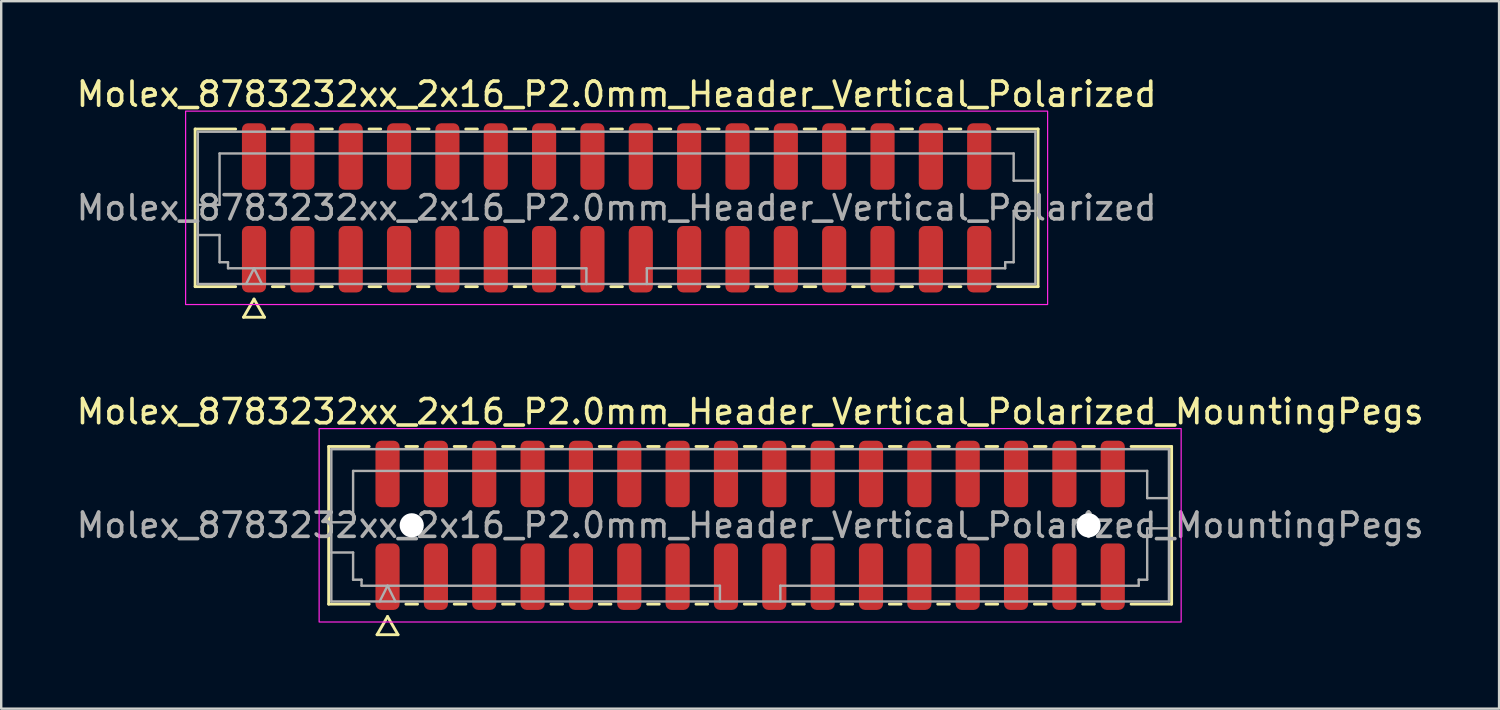
<source format=kicad_pcb>
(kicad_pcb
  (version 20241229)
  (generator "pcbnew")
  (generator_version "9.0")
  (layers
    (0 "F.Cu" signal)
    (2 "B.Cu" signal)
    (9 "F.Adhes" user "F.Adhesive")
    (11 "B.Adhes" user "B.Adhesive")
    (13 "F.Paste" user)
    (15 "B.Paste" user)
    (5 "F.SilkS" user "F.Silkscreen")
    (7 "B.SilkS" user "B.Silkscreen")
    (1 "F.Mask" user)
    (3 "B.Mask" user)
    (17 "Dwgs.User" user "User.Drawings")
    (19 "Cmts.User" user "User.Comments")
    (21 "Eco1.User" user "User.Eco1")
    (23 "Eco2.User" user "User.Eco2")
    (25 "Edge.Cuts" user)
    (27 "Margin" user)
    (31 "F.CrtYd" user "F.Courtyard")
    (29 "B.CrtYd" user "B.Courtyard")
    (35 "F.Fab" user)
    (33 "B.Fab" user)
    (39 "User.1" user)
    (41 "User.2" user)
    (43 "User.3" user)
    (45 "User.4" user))
  (footprint "Molex_8783232xx_2x16_P2.0mm_Header_Vertical_Polarized"
    (layer "F.Cu")
    (at 22.458 5.548)
    (property "Reference" "Molex_8783232xx_2x16_P2.0mm_Header_Vertical_Polarized" (at 0 -4.7 0) (layer "F.SilkS") (effects (font (size 1 1) (thickness 0.15))))
    (attr smd)
    (fp_line (start -17.435 -3.26) (end -15.76 -3.26) (stroke (width 0.12) (type solid)) (layer "F.SilkS"))
    (fp_line (start -17.435 3.26) (end -17.435 -3.26) (stroke (width 0.12) (type solid)) (layer "F.SilkS"))
    (fp_line (start -15.76 3.26) (end -17.435 3.26) (stroke (width 0.12) (type solid)) (layer "F.SilkS"))
    (fp_line (start -15.433 4.525) (end -15 3.775) (stroke (width 0.12) (type solid)) (layer "F.SilkS"))
    (fp_line (start -15 3.775) (end -14.567 4.525) (stroke (width 0.12) (type solid)) (layer "F.SilkS"))
    (fp_line (start -14.567 4.525) (end -15.433 4.525) (stroke (width 0.12) (type solid)) (layer "F.SilkS"))
    (fp_line (start -14.24 -3.26) (end -13.76 -3.26) (stroke (width 0.12) (type solid)) (layer "F.SilkS"))
    (fp_line (start -13.76 3.26) (end -14.24 3.26) (stroke (width 0.12) (type solid)) (layer "F.SilkS"))
    (fp_line (start -12.24 -3.26) (end -11.76 -3.26) (stroke (width 0.12) (type solid)) (layer "F.SilkS"))
    (fp_line (start -11.76 3.26) (end -12.24 3.26) (stroke (width 0.12) (type solid)) (layer "F.SilkS"))
    (fp_line (start -10.24 -3.26) (end -9.76 -3.26) (stroke (width 0.12) (type solid)) (layer "F.SilkS"))
    (fp_line (start -9.76 3.26) (end -10.24 3.26) (stroke (width 0.12) (type solid)) (layer "F.SilkS"))
    (fp_line (start -8.24 -3.26) (end -7.76 -3.26) (stroke (width 0.12) (type solid)) (layer "F.SilkS"))
    (fp_line (start -7.76 3.26) (end -8.24 3.26) (stroke (width 0.12) (type solid)) (layer "F.SilkS"))
    (fp_line (start -6.24 -3.26) (end -5.76 -3.26) (stroke (width 0.12) (type solid)) (layer "F.SilkS"))
    (fp_line (start -5.76 3.26) (end -6.24 3.26) (stroke (width 0.12) (type solid)) (layer "F.SilkS"))
    (fp_line (start -4.24 -3.26) (end -3.76 -3.26) (stroke (width 0.12) (type solid)) (layer "F.SilkS"))
    (fp_line (start -3.76 3.26) (end -4.24 3.26) (stroke (width 0.12) (type solid)) (layer "F.SilkS"))
    (fp_line (start -2.24 -3.26) (end -1.76 -3.26) (stroke (width 0.12) (type solid)) (layer "F.SilkS"))
    (fp_line (start -1.76 3.26) (end -2.24 3.26) (stroke (width 0.12) (type solid)) (layer "F.SilkS"))
    (fp_line (start -0.24 -3.26) (end 0.24 -3.26) (stroke (width 0.12) (type solid)) (layer "F.SilkS"))
    (fp_line (start 0.24 3.26) (end -0.24 3.26) (stroke (width 0.12) (type solid)) (layer "F.SilkS"))
    (fp_line (start 1.76 -3.26) (end 2.24 -3.26) (stroke (width 0.12) (type solid)) (layer "F.SilkS"))
    (fp_line (start 2.24 3.26) (end 1.76 3.26) (stroke (width 0.12) (type solid)) (layer "F.SilkS"))
    (fp_line (start 3.76 -3.26) (end 4.24 -3.26) (stroke (width 0.12) (type solid)) (layer "F.SilkS"))
    (fp_line (start 4.24 3.26) (end 3.76 3.26) (stroke (width 0.12) (type solid)) (layer "F.SilkS"))
    (fp_line (start 5.76 -3.26) (end 6.24 -3.26) (stroke (width 0.12) (type solid)) (layer "F.SilkS"))
    (fp_line (start 6.24 3.26) (end 5.76 3.26) (stroke (width 0.12) (type solid)) (layer "F.SilkS"))
    (fp_line (start 7.76 -3.26) (end 8.24 -3.26) (stroke (width 0.12) (type solid)) (layer "F.SilkS"))
    (fp_line (start 8.24 3.26) (end 7.76 3.26) (stroke (width 0.12) (type solid)) (layer "F.SilkS"))
    (fp_line (start 9.76 -3.26) (end 10.24 -3.26) (stroke (width 0.12) (type solid)) (layer "F.SilkS"))
    (fp_line (start 10.24 3.26) (end 9.76 3.26) (stroke (width 0.12) (type solid)) (layer "F.SilkS"))
    (fp_line (start 11.76 -3.26) (end 12.24 -3.26) (stroke (width 0.12) (type solid)) (layer "F.SilkS"))
    (fp_line (start 12.24 3.26) (end 11.76 3.26) (stroke (width 0.12) (type solid)) (layer "F.SilkS"))
    (fp_line (start 13.76 -3.26) (end 14.24 -3.26) (stroke (width 0.12) (type solid)) (layer "F.SilkS"))
    (fp_line (start 14.24 3.26) (end 13.76 3.26) (stroke (width 0.12) (type solid)) (layer "F.SilkS"))
    (fp_line (start 15.76 -3.26) (end 17.435 -3.26) (stroke (width 0.12) (type solid)) (layer "F.SilkS"))
    (fp_line (start 17.435 -3.26) (end 17.435 3.26) (stroke (width 0.12) (type solid)) (layer "F.SilkS"))
    (fp_line (start 17.435 3.26) (end 15.76 3.26) (stroke (width 0.12) (type solid)) (layer "F.SilkS"))
    (fp_rect (start -17.83 -4) (end 17.83 4) (stroke (width 0.05) (type solid)) (fill no) (layer "F.CrtYd"))
    (fp_line (start -17.325 -3.15) (end 17.325 -3.15) (stroke (width 0.1) (type solid)) (layer "F.Fab"))
    (fp_line (start -17.325 -0.125) (end -16.425 -0.125) (stroke (width 0.1) (type solid)) (layer "F.Fab"))
    (fp_line (start -17.325 1.125) (end -16.425 1.125) (stroke (width 0.1) (type solid)) (layer "F.Fab"))
    (fp_line (start -17.325 3.15) (end -17.325 -3.15) (stroke (width 0.1) (type solid)) (layer "F.Fab"))
    (fp_line (start -16.425 -2.25) (end 16.425 -2.25) (stroke (width 0.1) (type solid)) (layer "F.Fab"))
    (fp_line (start -16.425 -0.125) (end -16.425 -2.25) (stroke (width 0.1) (type solid)) (layer "F.Fab"))
    (fp_line (start -16.425 1.125) (end -16.425 2.25) (stroke (width 0.1) (type solid)) (layer "F.Fab"))
    (fp_line (start -16.425 2.25) (end -16.075 2.25) (stroke (width 0.1) (type solid)) (layer "F.Fab"))
    (fp_line (start -16.075 2.25) (end -16.075 2.5) (stroke (width 0.1) (type solid)) (layer "F.Fab"))
    (fp_line (start -16.075 2.5) (end -1.25 2.5) (stroke (width 0.1) (type solid)) (layer "F.Fab"))
    (fp_line (start -15.325 3.15) (end -15 2.5) (stroke (width 0.1) (type solid)) (layer "F.Fab"))
    (fp_line (start -15 2.5) (end -14.675 3.15) (stroke (width 0.1) (type solid)) (layer "F.Fab"))
    (fp_line (start -1.25 2.5) (end -1.25 3.15) (stroke (width 0.1) (type solid)) (layer "F.Fab"))
    (fp_line (start 1.25 2.5) (end 1.25 3.15) (stroke (width 0.1) (type solid)) (layer "F.Fab"))
    (fp_line (start 1.25 2.5) (end 16.075 2.5) (stroke (width 0.1) (type solid)) (layer "F.Fab"))
    (fp_line (start 16.075 2.25) (end 16.425 2.25) (stroke (width 0.1) (type solid)) (layer "F.Fab"))
    (fp_line (start 16.075 2.5) (end 16.075 2.25) (stroke (width 0.1) (type solid)) (layer "F.Fab"))
    (fp_line (start 16.425 -2.25) (end 16.425 -1.125) (stroke (width 0.1) (type solid)) (layer "F.Fab"))
    (fp_line (start 16.425 -1.125) (end 17.325 -1.125) (stroke (width 0.1) (type solid)) (layer "F.Fab"))
    (fp_line (start 16.425 0.125) (end 17.325 0.125) (stroke (width 0.1) (type solid)) (layer "F.Fab"))
    (fp_line (start 16.425 2.25) (end 16.425 0.125) (stroke (width 0.1) (type solid)) (layer "F.Fab"))
    (fp_line (start 17.325 -3.15) (end 17.325 3.15) (stroke (width 0.1) (type solid)) (layer "F.Fab"))
    (fp_line (start 17.325 3.15) (end -17.325 3.15) (stroke (width 0.1) (type solid)) (layer "F.Fab"))
    (fp_text user "${REFERENCE}" (at 0 0 0) (layer "F.Fab") (effects (font (size 1 1) (thickness 0.15))))
    (pad "1" smd roundrect (at -15 2.125) (size 1 2.75) (layers "F.Cu" "F.Mask" "F.Paste") (roundrect_rratio 0.25))
    (pad "2" smd roundrect (at -15 -2.125) (size 1 2.75) (layers "F.Cu" "F.Mask" "F.Paste") (roundrect_rratio 0.25))
    (pad "3" smd roundrect (at -13 2.125) (size 1 2.75) (layers "F.Cu" "F.Mask" "F.Paste") (roundrect_rratio 0.25))
    (pad "4" smd roundrect (at -13 -2.125) (size 1 2.75) (layers "F.Cu" "F.Mask" "F.Paste") (roundrect_rratio 0.25))
    (pad "5" smd roundrect (at -11 2.125) (size 1 2.75) (layers "F.Cu" "F.Mask" "F.Paste") (roundrect_rratio 0.25))
    (pad "6" smd roundrect (at -11 -2.125) (size 1 2.75) (layers "F.Cu" "F.Mask" "F.Paste") (roundrect_rratio 0.25))
    (pad "7" smd roundrect (at -9 2.125) (size 1 2.75) (layers "F.Cu" "F.Mask" "F.Paste") (roundrect_rratio 0.25))
    (pad "8" smd roundrect (at -9 -2.125) (size 1 2.75) (layers "F.Cu" "F.Mask" "F.Paste") (roundrect_rratio 0.25))
    (pad "9" smd roundrect (at -7 2.125) (size 1 2.75) (layers "F.Cu" "F.Mask" "F.Paste") (roundrect_rratio 0.25))
    (pad "10" smd roundrect (at -7 -2.125) (size 1 2.75) (layers "F.Cu" "F.Mask" "F.Paste") (roundrect_rratio 0.25))
    (pad "11" smd roundrect (at -5 2.125) (size 1 2.75) (layers "F.Cu" "F.Mask" "F.Paste") (roundrect_rratio 0.25))
    (pad "12" smd roundrect (at -5 -2.125) (size 1 2.75) (layers "F.Cu" "F.Mask" "F.Paste") (roundrect_rratio 0.25))
    (pad "13" smd roundrect (at -3 2.125) (size 1 2.75) (layers "F.Cu" "F.Mask" "F.Paste") (roundrect_rratio 0.25))
    (pad "14" smd roundrect (at -3 -2.125) (size 1 2.75) (layers "F.Cu" "F.Mask" "F.Paste") (roundrect_rratio 0.25))
    (pad "15" smd roundrect (at -1 2.125) (size 1 2.75) (layers "F.Cu" "F.Mask" "F.Paste") (roundrect_rratio 0.25))
    (pad "16" smd roundrect (at -1 -2.125) (size 1 2.75) (layers "F.Cu" "F.Mask" "F.Paste") (roundrect_rratio 0.25))
    (pad "17" smd roundrect (at 1 2.125) (size 1 2.75) (layers "F.Cu" "F.Mask" "F.Paste") (roundrect_rratio 0.25))
    (pad "18" smd roundrect (at 1 -2.125) (size 1 2.75) (layers "F.Cu" "F.Mask" "F.Paste") (roundrect_rratio 0.25))
    (pad "19" smd roundrect (at 3 2.125) (size 1 2.75) (layers "F.Cu" "F.Mask" "F.Paste") (roundrect_rratio 0.25))
    (pad "20" smd roundrect (at 3 -2.125) (size 1 2.75) (layers "F.Cu" "F.Mask" "F.Paste") (roundrect_rratio 0.25))
    (pad "21" smd roundrect (at 5 2.125) (size 1 2.75) (layers "F.Cu" "F.Mask" "F.Paste") (roundrect_rratio 0.25))
    (pad "22" smd roundrect (at 5 -2.125) (size 1 2.75) (layers "F.Cu" "F.Mask" "F.Paste") (roundrect_rratio 0.25))
    (pad "23" smd roundrect (at 7 2.125) (size 1 2.75) (layers "F.Cu" "F.Mask" "F.Paste") (roundrect_rratio 0.25))
    (pad "24" smd roundrect (at 7 -2.125) (size 1 2.75) (layers "F.Cu" "F.Mask" "F.Paste") (roundrect_rratio 0.25))
    (pad "25" smd roundrect (at 9 2.125) (size 1 2.75) (layers "F.Cu" "F.Mask" "F.Paste") (roundrect_rratio 0.25))
    (pad "26" smd roundrect (at 9 -2.125) (size 1 2.75) (layers "F.Cu" "F.Mask" "F.Paste") (roundrect_rratio 0.25))
    (pad "27" smd roundrect (at 11 2.125) (size 1 2.75) (layers "F.Cu" "F.Mask" "F.Paste") (roundrect_rratio 0.25))
    (pad "28" smd roundrect (at 11 -2.125) (size 1 2.75) (layers "F.Cu" "F.Mask" "F.Paste") (roundrect_rratio 0.25))
    (pad "29" smd roundrect (at 13 2.125) (size 1 2.75) (layers "F.Cu" "F.Mask" "F.Paste") (roundrect_rratio 0.25))
    (pad "30" smd roundrect (at 13 -2.125) (size 1 2.75) (layers "F.Cu" "F.Mask" "F.Paste") (roundrect_rratio 0.25))
    (pad "31" smd roundrect (at 15 2.125) (size 1 2.75) (layers "F.Cu" "F.Mask" "F.Paste") (roundrect_rratio 0.25))
    (pad "32" smd roundrect (at 15 -2.125) (size 1 2.75) (layers "F.Cu" "F.Mask" "F.Paste") (roundrect_rratio 0.25)))
  (footprint "Molex_8783232xx_2x16_P2.0mm_Header_Vertical_Polarized_MountingPegs"
    (layer "F.Cu")
    (at 27.982 18.681)
    (property "Reference" "Molex_8783232xx_2x16_P2.0mm_Header_Vertical_Polarized_MountingPegs" (at 0 -4.7 0) (layer "F.SilkS") (effects (font (size 1 1) (thickness 0.15))))
    (attr smd)
    (fp_line (start -17.435 -3.26) (end -15.76 -3.26) (stroke (width 0.12) (type solid)) (layer "F.SilkS"))
    (fp_line (start -17.435 3.26) (end -17.435 -3.26) (stroke (width 0.12) (type solid)) (layer "F.SilkS"))
    (fp_line (start -15.76 3.26) (end -17.435 3.26) (stroke (width 0.12) (type solid)) (layer "F.SilkS"))
    (fp_line (start -15.433 4.525) (end -15 3.775) (stroke (width 0.12) (type solid)) (layer "F.SilkS"))
    (fp_line (start -15 3.775) (end -14.567 4.525) (stroke (width 0.12) (type solid)) (layer "F.SilkS"))
    (fp_line (start -14.567 4.525) (end -15.433 4.525) (stroke (width 0.12) (type solid)) (layer "F.SilkS"))
    (fp_line (start -14.24 -3.26) (end -13.76 -3.26) (stroke (width 0.12) (type solid)) (layer "F.SilkS"))
    (fp_line (start -13.76 3.26) (end -14.24 3.26) (stroke (width 0.12) (type solid)) (layer "F.SilkS"))
    (fp_line (start -12.24 -3.26) (end -11.76 -3.26) (stroke (width 0.12) (type solid)) (layer "F.SilkS"))
    (fp_line (start -11.76 3.26) (end -12.24 3.26) (stroke (width 0.12) (type solid)) (layer "F.SilkS"))
    (fp_line (start -10.24 -3.26) (end -9.76 -3.26) (stroke (width 0.12) (type solid)) (layer "F.SilkS"))
    (fp_line (start -9.76 3.26) (end -10.24 3.26) (stroke (width 0.12) (type solid)) (layer "F.SilkS"))
    (fp_line (start -8.24 -3.26) (end -7.76 -3.26) (stroke (width 0.12) (type solid)) (layer "F.SilkS"))
    (fp_line (start -7.76 3.26) (end -8.24 3.26) (stroke (width 0.12) (type solid)) (layer "F.SilkS"))
    (fp_line (start -6.24 -3.26) (end -5.76 -3.26) (stroke (width 0.12) (type solid)) (layer "F.SilkS"))
    (fp_line (start -5.76 3.26) (end -6.24 3.26) (stroke (width 0.12) (type solid)) (layer "F.SilkS"))
    (fp_line (start -4.24 -3.26) (end -3.76 -3.26) (stroke (width 0.12) (type solid)) (layer "F.SilkS"))
    (fp_line (start -3.76 3.26) (end -4.24 3.26) (stroke (width 0.12) (type solid)) (layer "F.SilkS"))
    (fp_line (start -2.24 -3.26) (end -1.76 -3.26) (stroke (width 0.12) (type solid)) (layer "F.SilkS"))
    (fp_line (start -1.76 3.26) (end -2.24 3.26) (stroke (width 0.12) (type solid)) (layer "F.SilkS"))
    (fp_line (start -0.24 -3.26) (end 0.24 -3.26) (stroke (width 0.12) (type solid)) (layer "F.SilkS"))
    (fp_line (start 0.24 3.26) (end -0.24 3.26) (stroke (width 0.12) (type solid)) (layer "F.SilkS"))
    (fp_line (start 1.76 -3.26) (end 2.24 -3.26) (stroke (width 0.12) (type solid)) (layer "F.SilkS"))
    (fp_line (start 2.24 3.26) (end 1.76 3.26) (stroke (width 0.12) (type solid)) (layer "F.SilkS"))
    (fp_line (start 3.76 -3.26) (end 4.24 -3.26) (stroke (width 0.12) (type solid)) (layer "F.SilkS"))
    (fp_line (start 4.24 3.26) (end 3.76 3.26) (stroke (width 0.12) (type solid)) (layer "F.SilkS"))
    (fp_line (start 5.76 -3.26) (end 6.24 -3.26) (stroke (width 0.12) (type solid)) (layer "F.SilkS"))
    (fp_line (start 6.24 3.26) (end 5.76 3.26) (stroke (width 0.12) (type solid)) (layer "F.SilkS"))
    (fp_line (start 7.76 -3.26) (end 8.24 -3.26) (stroke (width 0.12) (type solid)) (layer "F.SilkS"))
    (fp_line (start 8.24 3.26) (end 7.76 3.26) (stroke (width 0.12) (type solid)) (layer "F.SilkS"))
    (fp_line (start 9.76 -3.26) (end 10.24 -3.26) (stroke (width 0.12) (type solid)) (layer "F.SilkS"))
    (fp_line (start 10.24 3.26) (end 9.76 3.26) (stroke (width 0.12) (type solid)) (layer "F.SilkS"))
    (fp_line (start 11.76 -3.26) (end 12.24 -3.26) (stroke (width 0.12) (type solid)) (layer "F.SilkS"))
    (fp_line (start 12.24 3.26) (end 11.76 3.26) (stroke (width 0.12) (type solid)) (layer "F.SilkS"))
    (fp_line (start 13.76 -3.26) (end 14.24 -3.26) (stroke (width 0.12) (type solid)) (layer "F.SilkS"))
    (fp_line (start 14.24 3.26) (end 13.76 3.26) (stroke (width 0.12) (type solid)) (layer "F.SilkS"))
    (fp_line (start 15.76 -3.26) (end 17.435 -3.26) (stroke (width 0.12) (type solid)) (layer "F.SilkS"))
    (fp_line (start 17.435 -3.26) (end 17.435 3.26) (stroke (width 0.12) (type solid)) (layer "F.SilkS"))
    (fp_line (start 17.435 3.26) (end 15.76 3.26) (stroke (width 0.12) (type solid)) (layer "F.SilkS"))
    (fp_rect (start -17.83 -4) (end 17.83 4) (stroke (width 0.05) (type solid)) (fill no) (layer "F.CrtYd"))
    (fp_line (start -17.325 -3.15) (end 17.325 -3.15) (stroke (width 0.1) (type solid)) (layer "F.Fab"))
    (fp_line (start -17.325 -0.125) (end -16.425 -0.125) (stroke (width 0.1) (type solid)) (layer "F.Fab"))
    (fp_line (start -17.325 1.125) (end -16.425 1.125) (stroke (width 0.1) (type solid)) (layer "F.Fab"))
    (fp_line (start -17.325 3.15) (end -17.325 -3.15) (stroke (width 0.1) (type solid)) (layer "F.Fab"))
    (fp_line (start -16.425 -2.25) (end 16.425 -2.25) (stroke (width 0.1) (type solid)) (layer "F.Fab"))
    (fp_line (start -16.425 -0.125) (end -16.425 -2.25) (stroke (width 0.1) (type solid)) (layer "F.Fab"))
    (fp_line (start -16.425 1.125) (end -16.425 2.25) (stroke (width 0.1) (type solid)) (layer "F.Fab"))
    (fp_line (start -16.425 2.25) (end -16.075 2.25) (stroke (width 0.1) (type solid)) (layer "F.Fab"))
    (fp_line (start -16.075 2.25) (end -16.075 2.5) (stroke (width 0.1) (type solid)) (layer "F.Fab"))
    (fp_line (start -16.075 2.5) (end -1.25 2.5) (stroke (width 0.1) (type solid)) (layer "F.Fab"))
    (fp_line (start -15.325 3.15) (end -15 2.5) (stroke (width 0.1) (type solid)) (layer "F.Fab"))
    (fp_line (start -15 2.5) (end -14.675 3.15) (stroke (width 0.1) (type solid)) (layer "F.Fab"))
    (fp_line (start -1.25 2.5) (end -1.25 3.15) (stroke (width 0.1) (type solid)) (layer "F.Fab"))
    (fp_line (start 1.25 2.5) (end 1.25 3.15) (stroke (width 0.1) (type solid)) (layer "F.Fab"))
    (fp_line (start 1.25 2.5) (end 16.075 2.5) (stroke (width 0.1) (type solid)) (layer "F.Fab"))
    (fp_line (start 16.075 2.25) (end 16.425 2.25) (stroke (width 0.1) (type solid)) (layer "F.Fab"))
    (fp_line (start 16.075 2.5) (end 16.075 2.25) (stroke (width 0.1) (type solid)) (layer "F.Fab"))
    (fp_line (start 16.425 -2.25) (end 16.425 -1.125) (stroke (width 0.1) (type solid)) (layer "F.Fab"))
    (fp_line (start 16.425 -1.125) (end 17.325 -1.125) (stroke (width 0.1) (type solid)) (layer "F.Fab"))
    (fp_line (start 16.425 0.125) (end 17.325 0.125) (stroke (width 0.1) (type solid)) (layer "F.Fab"))
    (fp_line (start 16.425 2.25) (end 16.425 0.125) (stroke (width 0.1) (type solid)) (layer "F.Fab"))
    (fp_line (start 17.325 -3.15) (end 17.325 3.15) (stroke (width 0.1) (type solid)) (layer "F.Fab"))
    (fp_line (start 17.325 3.15) (end -17.325 3.15) (stroke (width 0.1) (type solid)) (layer "F.Fab"))
    (fp_text user "${REFERENCE}" (at 0 0 0) (layer "F.Fab") (effects (font (size 1 1) (thickness 0.15))))
    (pad "" np_thru_hole circle (at -14 0) (size 1 1) (drill 1) (layers "*.Cu" "*.Mask"))
    (pad "" np_thru_hole circle (at 14 0) (size 1 1) (drill 1) (layers "*.Cu" "*.Mask"))
    (pad "1" smd roundrect (at -15 2.125) (size 1 2.75) (layers "F.Cu" "F.Mask" "F.Paste") (roundrect_rratio 0.25))
    (pad "2" smd roundrect (at -15 -2.125) (size 1 2.75) (layers "F.Cu" "F.Mask" "F.Paste") (roundrect_rratio 0.25))
    (pad "3" smd roundrect (at -13 2.125) (size 1 2.75) (layers "F.Cu" "F.Mask" "F.Paste") (roundrect_rratio 0.25))
    (pad "4" smd roundrect (at -13 -2.125) (size 1 2.75) (layers "F.Cu" "F.Mask" "F.Paste") (roundrect_rratio 0.25))
    (pad "5" smd roundrect (at -11 2.125) (size 1 2.75) (layers "F.Cu" "F.Mask" "F.Paste") (roundrect_rratio 0.25))
    (pad "6" smd roundrect (at -11 -2.125) (size 1 2.75) (layers "F.Cu" "F.Mask" "F.Paste") (roundrect_rratio 0.25))
    (pad "7" smd roundrect (at -9 2.125) (size 1 2.75) (layers "F.Cu" "F.Mask" "F.Paste") (roundrect_rratio 0.25))
    (pad "8" smd roundrect (at -9 -2.125) (size 1 2.75) (layers "F.Cu" "F.Mask" "F.Paste") (roundrect_rratio 0.25))
    (pad "9" smd roundrect (at -7 2.125) (size 1 2.75) (layers "F.Cu" "F.Mask" "F.Paste") (roundrect_rratio 0.25))
    (pad "10" smd roundrect (at -7 -2.125) (size 1 2.75) (layers "F.Cu" "F.Mask" "F.Paste") (roundrect_rratio 0.25))
    (pad "11" smd roundrect (at -5 2.125) (size 1 2.75) (layers "F.Cu" "F.Mask" "F.Paste") (roundrect_rratio 0.25))
    (pad "12" smd roundrect (at -5 -2.125) (size 1 2.75) (layers "F.Cu" "F.Mask" "F.Paste") (roundrect_rratio 0.25))
    (pad "13" smd roundrect (at -3 2.125) (size 1 2.75) (layers "F.Cu" "F.Mask" "F.Paste") (roundrect_rratio 0.25))
    (pad "14" smd roundrect (at -3 -2.125) (size 1 2.75) (layers "F.Cu" "F.Mask" "F.Paste") (roundrect_rratio 0.25))
    (pad "15" smd roundrect (at -1 2.125) (size 1 2.75) (layers "F.Cu" "F.Mask" "F.Paste") (roundrect_rratio 0.25))
    (pad "16" smd roundrect (at -1 -2.125) (size 1 2.75) (layers "F.Cu" "F.Mask" "F.Paste") (roundrect_rratio 0.25))
    (pad "17" smd roundrect (at 1 2.125) (size 1 2.75) (layers "F.Cu" "F.Mask" "F.Paste") (roundrect_rratio 0.25))
    (pad "18" smd roundrect (at 1 -2.125) (size 1 2.75) (layers "F.Cu" "F.Mask" "F.Paste") (roundrect_rratio 0.25))
    (pad "19" smd roundrect (at 3 2.125) (size 1 2.75) (layers "F.Cu" "F.Mask" "F.Paste") (roundrect_rratio 0.25))
    (pad "20" smd roundrect (at 3 -2.125) (size 1 2.75) (layers "F.Cu" "F.Mask" "F.Paste") (roundrect_rratio 0.25))
    (pad "21" smd roundrect (at 5 2.125) (size 1 2.75) (layers "F.Cu" "F.Mask" "F.Paste") (roundrect_rratio 0.25))
    (pad "22" smd roundrect (at 5 -2.125) (size 1 2.75) (layers "F.Cu" "F.Mask" "F.Paste") (roundrect_rratio 0.25))
    (pad "23" smd roundrect (at 7 2.125) (size 1 2.75) (layers "F.Cu" "F.Mask" "F.Paste") (roundrect_rratio 0.25))
    (pad "24" smd roundrect (at 7 -2.125) (size 1 2.75) (layers "F.Cu" "F.Mask" "F.Paste") (roundrect_rratio 0.25))
    (pad "25" smd roundrect (at 9 2.125) (size 1 2.75) (layers "F.Cu" "F.Mask" "F.Paste") (roundrect_rratio 0.25))
    (pad "26" smd roundrect (at 9 -2.125) (size 1 2.75) (layers "F.Cu" "F.Mask" "F.Paste") (roundrect_rratio 0.25))
    (pad "27" smd roundrect (at 11 2.125) (size 1 2.75) (layers "F.Cu" "F.Mask" "F.Paste") (roundrect_rratio 0.25))
    (pad "28" smd roundrect (at 11 -2.125) (size 1 2.75) (layers "F.Cu" "F.Mask" "F.Paste") (roundrect_rratio 0.25))
    (pad "29" smd roundrect (at 13 2.125) (size 1 2.75) (layers "F.Cu" "F.Mask" "F.Paste") (roundrect_rratio 0.25))
    (pad "30" smd roundrect (at 13 -2.125) (size 1 2.75) (layers "F.Cu" "F.Mask" "F.Paste") (roundrect_rratio 0.25))
    (pad "31" smd roundrect (at 15 2.125) (size 1 2.75) (layers "F.Cu" "F.Mask" "F.Paste") (roundrect_rratio 0.25))
    (pad "32" smd roundrect (at 15 -2.125) (size 1 2.75) (layers "F.Cu" "F.Mask" "F.Paste") (roundrect_rratio 0.25)))
  (gr_rect
    (start -3 -3)
    (end 58.964 26.267)
    (stroke (width 0.1) (type default))
    (fill no)
    (layer "Edge.Cuts")))
</source>
